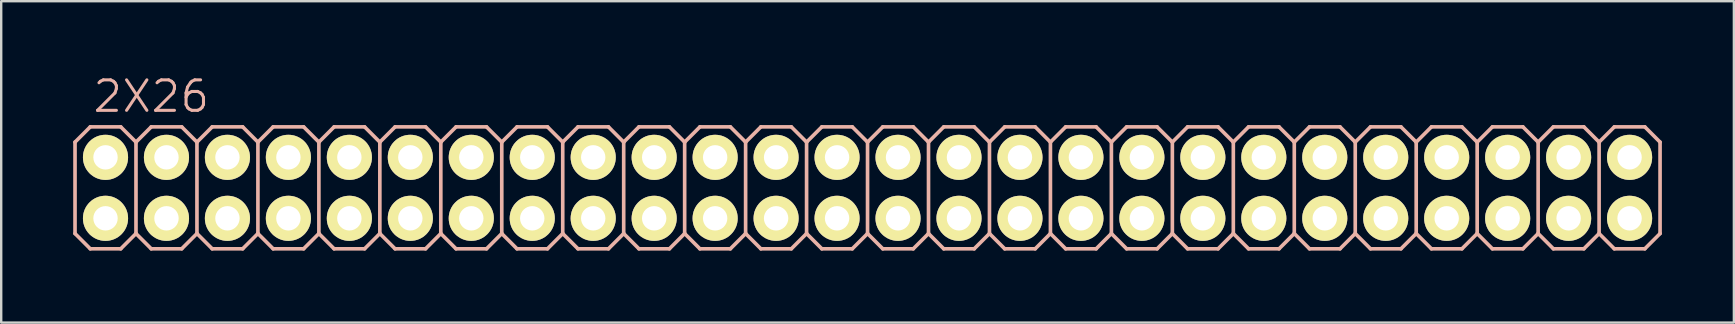
<source format=kicad_pcb>
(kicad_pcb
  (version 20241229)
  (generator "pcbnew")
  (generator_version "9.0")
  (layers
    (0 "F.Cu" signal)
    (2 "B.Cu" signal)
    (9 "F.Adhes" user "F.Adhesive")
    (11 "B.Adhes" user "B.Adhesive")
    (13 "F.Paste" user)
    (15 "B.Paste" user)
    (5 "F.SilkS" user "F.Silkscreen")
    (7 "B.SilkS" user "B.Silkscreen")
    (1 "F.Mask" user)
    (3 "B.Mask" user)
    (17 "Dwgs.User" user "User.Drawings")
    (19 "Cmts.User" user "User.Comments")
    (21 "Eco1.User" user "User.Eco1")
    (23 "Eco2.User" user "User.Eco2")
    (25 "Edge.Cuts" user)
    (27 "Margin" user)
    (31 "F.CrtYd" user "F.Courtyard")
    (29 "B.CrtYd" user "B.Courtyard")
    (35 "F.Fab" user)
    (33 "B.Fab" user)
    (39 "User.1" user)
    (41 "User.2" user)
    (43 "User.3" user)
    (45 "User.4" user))
  (footprint "2X26"
    (layer "F.Cu")
    (at 12.776 4.776)
    (property "Reference" "2X26" (at -9.525 -3.81 0) (layer "B.SilkS") (effects (font (size 1.27 1.27) (thickness 0.127))))
    (attr exclude_from_pos_files exclude_from_bom)
    (fp_line (start -11.684 -1.524) (end -11.176 -1.524) (stroke (width 0.066) (type solid)) (layer "F.SilkS"))
    (fp_line (start -11.684 -1.016) (end -11.684 -1.524) (stroke (width 0.066) (type solid)) (layer "F.SilkS"))
    (fp_line (start -11.684 -1.016) (end -11.176 -1.016) (stroke (width 0.066) (type solid)) (layer "F.SilkS"))
    (fp_line (start -11.684 1.016) (end -11.176 1.016) (stroke (width 0.066) (type solid)) (layer "F.SilkS"))
    (fp_line (start -11.684 1.524) (end -11.684 1.016) (stroke (width 0.066) (type solid)) (layer "F.SilkS"))
    (fp_line (start -11.684 1.524) (end -11.176 1.524) (stroke (width 0.066) (type solid)) (layer "F.SilkS"))
    (fp_line (start -11.176 -1.016) (end -11.176 -1.524) (stroke (width 0.066) (type solid)) (layer "F.SilkS"))
    (fp_line (start -11.176 1.524) (end -11.176 1.016) (stroke (width 0.066) (type solid)) (layer "F.SilkS"))
    (fp_line (start -9.144 -1.524) (end -8.636 -1.524) (stroke (width 0.066) (type solid)) (layer "F.SilkS"))
    (fp_line (start -9.144 -1.016) (end -9.144 -1.524) (stroke (width 0.066) (type solid)) (layer "F.SilkS"))
    (fp_line (start -9.144 -1.016) (end -8.636 -1.016) (stroke (width 0.066) (type solid)) (layer "F.SilkS"))
    (fp_line (start -9.144 1.016) (end -8.636 1.016) (stroke (width 0.066) (type solid)) (layer "F.SilkS"))
    (fp_line (start -9.144 1.524) (end -9.144 1.016) (stroke (width 0.066) (type solid)) (layer "F.SilkS"))
    (fp_line (start -9.144 1.524) (end -8.636 1.524) (stroke (width 0.066) (type solid)) (layer "F.SilkS"))
    (fp_line (start -8.636 -1.016) (end -8.636 -1.524) (stroke (width 0.066) (type solid)) (layer "F.SilkS"))
    (fp_line (start -8.636 1.524) (end -8.636 1.016) (stroke (width 0.066) (type solid)) (layer "F.SilkS"))
    (fp_line (start -6.604 -1.524) (end -6.096 -1.524) (stroke (width 0.066) (type solid)) (layer "F.SilkS"))
    (fp_line (start -6.604 -1.016) (end -6.604 -1.524) (stroke (width 0.066) (type solid)) (layer "F.SilkS"))
    (fp_line (start -6.604 -1.016) (end -6.096 -1.016) (stroke (width 0.066) (type solid)) (layer "F.SilkS"))
    (fp_line (start -6.604 1.016) (end -6.096 1.016) (stroke (width 0.066) (type solid)) (layer "F.SilkS"))
    (fp_line (start -6.604 1.524) (end -6.604 1.016) (stroke (width 0.066) (type solid)) (layer "F.SilkS"))
    (fp_line (start -6.604 1.524) (end -6.096 1.524) (stroke (width 0.066) (type solid)) (layer "F.SilkS"))
    (fp_line (start -6.096 -1.016) (end -6.096 -1.524) (stroke (width 0.066) (type solid)) (layer "F.SilkS"))
    (fp_line (start -6.096 1.524) (end -6.096 1.016) (stroke (width 0.066) (type solid)) (layer "F.SilkS"))
    (fp_line (start -4.064 -1.524) (end -3.556 -1.524) (stroke (width 0.066) (type solid)) (layer "F.SilkS"))
    (fp_line (start -4.064 -1.016) (end -4.064 -1.524) (stroke (width 0.066) (type solid)) (layer "F.SilkS"))
    (fp_line (start -4.064 -1.016) (end -3.556 -1.016) (stroke (width 0.066) (type solid)) (layer "F.SilkS"))
    (fp_line (start -4.064 1.016) (end -3.556 1.016) (stroke (width 0.066) (type solid)) (layer "F.SilkS"))
    (fp_line (start -4.064 1.524) (end -4.064 1.016) (stroke (width 0.066) (type solid)) (layer "F.SilkS"))
    (fp_line (start -4.064 1.524) (end -3.556 1.524) (stroke (width 0.066) (type solid)) (layer "F.SilkS"))
    (fp_line (start -3.556 -1.016) (end -3.556 -1.524) (stroke (width 0.066) (type solid)) (layer "F.SilkS"))
    (fp_line (start -3.556 1.524) (end -3.556 1.016) (stroke (width 0.066) (type solid)) (layer "F.SilkS"))
    (fp_line (start -1.524 -1.524) (end -1.016 -1.524) (stroke (width 0.066) (type solid)) (layer "F.SilkS"))
    (fp_line (start -1.524 -1.016) (end -1.524 -1.524) (stroke (width 0.066) (type solid)) (layer "F.SilkS"))
    (fp_line (start -1.524 -1.016) (end -1.016 -1.016) (stroke (width 0.066) (type solid)) (layer "F.SilkS"))
    (fp_line (start -1.524 1.016) (end -1.016 1.016) (stroke (width 0.066) (type solid)) (layer "F.SilkS"))
    (fp_line (start -1.524 1.524) (end -1.524 1.016) (stroke (width 0.066) (type solid)) (layer "F.SilkS"))
    (fp_line (start -1.524 1.524) (end -1.016 1.524) (stroke (width 0.066) (type solid)) (layer "F.SilkS"))
    (fp_line (start -1.016 -1.016) (end -1.016 -1.524) (stroke (width 0.066) (type solid)) (layer "F.SilkS"))
    (fp_line (start -1.016 1.524) (end -1.016 1.016) (stroke (width 0.066) (type solid)) (layer "F.SilkS"))
    (fp_line (start 1.016 -1.524) (end 1.524 -1.524) (stroke (width 0.066) (type solid)) (layer "F.SilkS"))
    (fp_line (start 1.016 -1.016) (end 1.016 -1.524) (stroke (width 0.066) (type solid)) (layer "F.SilkS"))
    (fp_line (start 1.016 -1.016) (end 1.524 -1.016) (stroke (width 0.066) (type solid)) (layer "F.SilkS"))
    (fp_line (start 1.016 1.016) (end 1.524 1.016) (stroke (width 0.066) (type solid)) (layer "F.SilkS"))
    (fp_line (start 1.016 1.524) (end 1.016 1.016) (stroke (width 0.066) (type solid)) (layer "F.SilkS"))
    (fp_line (start 1.016 1.524) (end 1.524 1.524) (stroke (width 0.066) (type solid)) (layer "F.SilkS"))
    (fp_line (start 1.524 -1.016) (end 1.524 -1.524) (stroke (width 0.066) (type solid)) (layer "F.SilkS"))
    (fp_line (start 1.524 1.524) (end 1.524 1.016) (stroke (width 0.066) (type solid)) (layer "F.SilkS"))
    (fp_line (start 3.556 -1.524) (end 4.064 -1.524) (stroke (width 0.066) (type solid)) (layer "F.SilkS"))
    (fp_line (start 3.556 -1.016) (end 3.556 -1.524) (stroke (width 0.066) (type solid)) (layer "F.SilkS"))
    (fp_line (start 3.556 -1.016) (end 4.064 -1.016) (stroke (width 0.066) (type solid)) (layer "F.SilkS"))
    (fp_line (start 3.556 1.016) (end 4.064 1.016) (stroke (width 0.066) (type solid)) (layer "F.SilkS"))
    (fp_line (start 3.556 1.524) (end 3.556 1.016) (stroke (width 0.066) (type solid)) (layer "F.SilkS"))
    (fp_line (start 3.556 1.524) (end 4.064 1.524) (stroke (width 0.066) (type solid)) (layer "F.SilkS"))
    (fp_line (start 4.064 -1.016) (end 4.064 -1.524) (stroke (width 0.066) (type solid)) (layer "F.SilkS"))
    (fp_line (start 4.064 1.524) (end 4.064 1.016) (stroke (width 0.066) (type solid)) (layer "F.SilkS"))
    (fp_line (start 6.096 -1.524) (end 6.604 -1.524) (stroke (width 0.066) (type solid)) (layer "F.SilkS"))
    (fp_line (start 6.096 -1.016) (end 6.096 -1.524) (stroke (width 0.066) (type solid)) (layer "F.SilkS"))
    (fp_line (start 6.096 -1.016) (end 6.604 -1.016) (stroke (width 0.066) (type solid)) (layer "F.SilkS"))
    (fp_line (start 6.096 1.016) (end 6.604 1.016) (stroke (width 0.066) (type solid)) (layer "F.SilkS"))
    (fp_line (start 6.096 1.524) (end 6.096 1.016) (stroke (width 0.066) (type solid)) (layer "F.SilkS"))
    (fp_line (start 6.096 1.524) (end 6.604 1.524) (stroke (width 0.066) (type solid)) (layer "F.SilkS"))
    (fp_line (start 6.604 -1.016) (end 6.604 -1.524) (stroke (width 0.066) (type solid)) (layer "F.SilkS"))
    (fp_line (start 6.604 1.524) (end 6.604 1.016) (stroke (width 0.066) (type solid)) (layer "F.SilkS"))
    (fp_line (start 8.636 -1.524) (end 9.144 -1.524) (stroke (width 0.066) (type solid)) (layer "F.SilkS"))
    (fp_line (start 8.636 -1.016) (end 8.636 -1.524) (stroke (width 0.066) (type solid)) (layer "F.SilkS"))
    (fp_line (start 8.636 -1.016) (end 9.144 -1.016) (stroke (width 0.066) (type solid)) (layer "F.SilkS"))
    (fp_line (start 8.636 1.016) (end 9.144 1.016) (stroke (width 0.066) (type solid)) (layer "F.SilkS"))
    (fp_line (start 8.636 1.524) (end 8.636 1.016) (stroke (width 0.066) (type solid)) (layer "F.SilkS"))
    (fp_line (start 8.636 1.524) (end 9.144 1.524) (stroke (width 0.066) (type solid)) (layer "F.SilkS"))
    (fp_line (start 9.144 -1.016) (end 9.144 -1.524) (stroke (width 0.066) (type solid)) (layer "F.SilkS"))
    (fp_line (start 9.144 1.524) (end 9.144 1.016) (stroke (width 0.066) (type solid)) (layer "F.SilkS"))
    (fp_line (start 11.176 -1.524) (end 11.684 -1.524) (stroke (width 0.066) (type solid)) (layer "F.SilkS"))
    (fp_line (start 11.176 -1.016) (end 11.176 -1.524) (stroke (width 0.066) (type solid)) (layer "F.SilkS"))
    (fp_line (start 11.176 -1.016) (end 11.684 -1.016) (stroke (width 0.066) (type solid)) (layer "F.SilkS"))
    (fp_line (start 11.176 1.016) (end 11.684 1.016) (stroke (width 0.066) (type solid)) (layer "F.SilkS"))
    (fp_line (start 11.176 1.524) (end 11.176 1.016) (stroke (width 0.066) (type solid)) (layer "F.SilkS"))
    (fp_line (start 11.176 1.524) (end 11.684 1.524) (stroke (width 0.066) (type solid)) (layer "F.SilkS"))
    (fp_line (start 11.684 -1.016) (end 11.684 -1.524) (stroke (width 0.066) (type solid)) (layer "F.SilkS"))
    (fp_line (start 11.684 1.524) (end 11.684 1.016) (stroke (width 0.066) (type solid)) (layer "F.SilkS"))
    (fp_line (start 13.716 -1.524) (end 14.224 -1.524) (stroke (width 0.066) (type solid)) (layer "F.SilkS"))
    (fp_line (start 13.716 -1.016) (end 13.716 -1.524) (stroke (width 0.066) (type solid)) (layer "F.SilkS"))
    (fp_line (start 13.716 -1.016) (end 14.224 -1.016) (stroke (width 0.066) (type solid)) (layer "F.SilkS"))
    (fp_line (start 13.716 1.016) (end 14.224 1.016) (stroke (width 0.066) (type solid)) (layer "F.SilkS"))
    (fp_line (start 13.716 1.524) (end 13.716 1.016) (stroke (width 0.066) (type solid)) (layer "F.SilkS"))
    (fp_line (start 13.716 1.524) (end 14.224 1.524) (stroke (width 0.066) (type solid)) (layer "F.SilkS"))
    (fp_line (start 14.224 -1.016) (end 14.224 -1.524) (stroke (width 0.066) (type solid)) (layer "F.SilkS"))
    (fp_line (start 14.224 1.524) (end 14.224 1.016) (stroke (width 0.066) (type solid)) (layer "F.SilkS"))
    (fp_line (start 16.256 -1.524) (end 16.764 -1.524) (stroke (width 0.066) (type solid)) (layer "F.SilkS"))
    (fp_line (start 16.256 -1.016) (end 16.256 -1.524) (stroke (width 0.066) (type solid)) (layer "F.SilkS"))
    (fp_line (start 16.256 -1.016) (end 16.764 -1.016) (stroke (width 0.066) (type solid)) (layer "F.SilkS"))
    (fp_line (start 16.256 1.016) (end 16.764 1.016) (stroke (width 0.066) (type solid)) (layer "F.SilkS"))
    (fp_line (start 16.256 1.524) (end 16.256 1.016) (stroke (width 0.066) (type solid)) (layer "F.SilkS"))
    (fp_line (start 16.256 1.524) (end 16.764 1.524) (stroke (width 0.066) (type solid)) (layer "F.SilkS"))
    (fp_line (start 16.764 -1.016) (end 16.764 -1.524) (stroke (width 0.066) (type solid)) (layer "F.SilkS"))
    (fp_line (start 16.764 1.524) (end 16.764 1.016) (stroke (width 0.066) (type solid)) (layer "F.SilkS"))
    (fp_line (start 18.796 -1.524) (end 19.304 -1.524) (stroke (width 0.066) (type solid)) (layer "F.SilkS"))
    (fp_line (start 18.796 -1.016) (end 18.796 -1.524) (stroke (width 0.066) (type solid)) (layer "F.SilkS"))
    (fp_line (start 18.796 -1.016) (end 19.304 -1.016) (stroke (width 0.066) (type solid)) (layer "F.SilkS"))
    (fp_line (start 18.796 1.016) (end 19.304 1.016) (stroke (width 0.066) (type solid)) (layer "F.SilkS"))
    (fp_line (start 18.796 1.524) (end 18.796 1.016) (stroke (width 0.066) (type solid)) (layer "F.SilkS"))
    (fp_line (start 18.796 1.524) (end 19.304 1.524) (stroke (width 0.066) (type solid)) (layer "F.SilkS"))
    (fp_line (start 19.304 -1.016) (end 19.304 -1.524) (stroke (width 0.066) (type solid)) (layer "F.SilkS"))
    (fp_line (start 19.304 1.524) (end 19.304 1.016) (stroke (width 0.066) (type solid)) (layer "F.SilkS"))
    (fp_line (start 21.336 -1.524) (end 21.844 -1.524) (stroke (width 0.066) (type solid)) (layer "F.SilkS"))
    (fp_line (start 21.336 -1.016) (end 21.336 -1.524) (stroke (width 0.066) (type solid)) (layer "F.SilkS"))
    (fp_line (start 21.336 -1.016) (end 21.844 -1.016) (stroke (width 0.066) (type solid)) (layer "F.SilkS"))
    (fp_line (start 21.336 1.016) (end 21.844 1.016) (stroke (width 0.066) (type solid)) (layer "F.SilkS"))
    (fp_line (start 21.336 1.524) (end 21.336 1.016) (stroke (width 0.066) (type solid)) (layer "F.SilkS"))
    (fp_line (start 21.336 1.524) (end 21.844 1.524) (stroke (width 0.066) (type solid)) (layer "F.SilkS"))
    (fp_line (start 21.844 -1.016) (end 21.844 -1.524) (stroke (width 0.066) (type solid)) (layer "F.SilkS"))
    (fp_line (start 21.844 1.524) (end 21.844 1.016) (stroke (width 0.066) (type solid)) (layer "F.SilkS"))
    (fp_line (start 23.876 -1.524) (end 24.384 -1.524) (stroke (width 0.066) (type solid)) (layer "F.SilkS"))
    (fp_line (start 23.876 -1.016) (end 23.876 -1.524) (stroke (width 0.066) (type solid)) (layer "F.SilkS"))
    (fp_line (start 23.876 -1.016) (end 24.384 -1.016) (stroke (width 0.066) (type solid)) (layer "F.SilkS"))
    (fp_line (start 23.876 1.016) (end 24.384 1.016) (stroke (width 0.066) (type solid)) (layer "F.SilkS"))
    (fp_line (start 23.876 1.524) (end 23.876 1.016) (stroke (width 0.066) (type solid)) (layer "F.SilkS"))
    (fp_line (start 23.876 1.524) (end 24.384 1.524) (stroke (width 0.066) (type solid)) (layer "F.SilkS"))
    (fp_line (start 24.384 -1.016) (end 24.384 -1.524) (stroke (width 0.066) (type solid)) (layer "F.SilkS"))
    (fp_line (start 24.384 1.524) (end 24.384 1.016) (stroke (width 0.066) (type solid)) (layer "F.SilkS"))
    (fp_line (start 26.416 -1.524) (end 26.924 -1.524) (stroke (width 0.066) (type solid)) (layer "F.SilkS"))
    (fp_line (start 26.416 -1.016) (end 26.416 -1.524) (stroke (width 0.066) (type solid)) (layer "F.SilkS"))
    (fp_line (start 26.416 -1.016) (end 26.924 -1.016) (stroke (width 0.066) (type solid)) (layer "F.SilkS"))
    (fp_line (start 26.416 1.016) (end 26.924 1.016) (stroke (width 0.066) (type solid)) (layer "F.SilkS"))
    (fp_line (start 26.416 1.524) (end 26.416 1.016) (stroke (width 0.066) (type solid)) (layer "F.SilkS"))
    (fp_line (start 26.416 1.524) (end 26.924 1.524) (stroke (width 0.066) (type solid)) (layer "F.SilkS"))
    (fp_line (start 26.924 -1.016) (end 26.924 -1.524) (stroke (width 0.066) (type solid)) (layer "F.SilkS"))
    (fp_line (start 26.924 1.524) (end 26.924 1.016) (stroke (width 0.066) (type solid)) (layer "F.SilkS"))
    (fp_line (start 28.953 -1.524) (end 29.464 -1.524) (stroke (width 0.066) (type solid)) (layer "F.SilkS"))
    (fp_line (start 28.953 -1.016) (end 28.953 -1.524) (stroke (width 0.066) (type solid)) (layer "F.SilkS"))
    (fp_line (start 28.953 -1.016) (end 29.464 -1.016) (stroke (width 0.066) (type solid)) (layer "F.SilkS"))
    (fp_line (start 28.953 1.016) (end 29.464 1.016) (stroke (width 0.066) (type solid)) (layer "F.SilkS"))
    (fp_line (start 28.953 1.524) (end 28.953 1.016) (stroke (width 0.066) (type solid)) (layer "F.SilkS"))
    (fp_line (start 28.953 1.524) (end 29.464 1.524) (stroke (width 0.066) (type solid)) (layer "F.SilkS"))
    (fp_line (start 29.464 -1.016) (end 29.464 -1.524) (stroke (width 0.066) (type solid)) (layer "F.SilkS"))
    (fp_line (start 29.464 1.524) (end 29.464 1.016) (stroke (width 0.066) (type solid)) (layer "F.SilkS"))
    (fp_line (start 31.496 -1.524) (end 32.004 -1.524) (stroke (width 0.066) (type solid)) (layer "F.SilkS"))
    (fp_line (start 31.496 -1.016) (end 31.496 -1.524) (stroke (width 0.066) (type solid)) (layer "F.SilkS"))
    (fp_line (start 31.496 -1.016) (end 32.004 -1.016) (stroke (width 0.066) (type solid)) (layer "F.SilkS"))
    (fp_line (start 31.496 1.016) (end 32.004 1.016) (stroke (width 0.066) (type solid)) (layer "F.SilkS"))
    (fp_line (start 31.496 1.524) (end 31.496 1.016) (stroke (width 0.066) (type solid)) (layer "F.SilkS"))
    (fp_line (start 31.496 1.524) (end 32.004 1.524) (stroke (width 0.066) (type solid)) (layer "F.SilkS"))
    (fp_line (start 32.004 -1.016) (end 32.004 -1.524) (stroke (width 0.066) (type solid)) (layer "F.SilkS"))
    (fp_line (start 32.004 1.524) (end 32.004 1.016) (stroke (width 0.066) (type solid)) (layer "F.SilkS"))
    (fp_line (start 34.036 -1.524) (end 34.544 -1.524) (stroke (width 0.066) (type solid)) (layer "F.SilkS"))
    (fp_line (start 34.036 -1.016) (end 34.036 -1.524) (stroke (width 0.066) (type solid)) (layer "F.SilkS"))
    (fp_line (start 34.036 -1.016) (end 34.544 -1.016) (stroke (width 0.066) (type solid)) (layer "F.SilkS"))
    (fp_line (start 34.036 1.016) (end 34.544 1.016) (stroke (width 0.066) (type solid)) (layer "F.SilkS"))
    (fp_line (start 34.036 1.524) (end 34.036 1.016) (stroke (width 0.066) (type solid)) (layer "F.SilkS"))
    (fp_line (start 34.036 1.524) (end 34.544 1.524) (stroke (width 0.066) (type solid)) (layer "F.SilkS"))
    (fp_line (start 34.544 -1.016) (end 34.544 -1.524) (stroke (width 0.066) (type solid)) (layer "F.SilkS"))
    (fp_line (start 34.544 1.524) (end 34.544 1.016) (stroke (width 0.066) (type solid)) (layer "F.SilkS"))
    (fp_line (start 36.576 -1.524) (end 37.084 -1.524) (stroke (width 0.066) (type solid)) (layer "F.SilkS"))
    (fp_line (start 36.576 -1.016) (end 36.576 -1.524) (stroke (width 0.066) (type solid)) (layer "F.SilkS"))
    (fp_line (start 36.576 -1.016) (end 37.084 -1.016) (stroke (width 0.066) (type solid)) (layer "F.SilkS"))
    (fp_line (start 36.576 1.016) (end 37.084 1.016) (stroke (width 0.066) (type solid)) (layer "F.SilkS"))
    (fp_line (start 36.576 1.524) (end 36.576 1.016) (stroke (width 0.066) (type solid)) (layer "F.SilkS"))
    (fp_line (start 36.576 1.524) (end 37.084 1.524) (stroke (width 0.066) (type solid)) (layer "F.SilkS"))
    (fp_line (start 37.084 -1.016) (end 37.084 -1.524) (stroke (width 0.066) (type solid)) (layer "F.SilkS"))
    (fp_line (start 37.084 1.524) (end 37.084 1.016) (stroke (width 0.066) (type solid)) (layer "F.SilkS"))
    (fp_line (start 39.116 -1.524) (end 39.624 -1.524) (stroke (width 0.066) (type solid)) (layer "F.SilkS"))
    (fp_line (start 39.116 -1.016) (end 39.116 -1.524) (stroke (width 0.066) (type solid)) (layer "F.SilkS"))
    (fp_line (start 39.116 -1.016) (end 39.624 -1.016) (stroke (width 0.066) (type solid)) (layer "F.SilkS"))
    (fp_line (start 39.116 1.016) (end 39.624 1.016) (stroke (width 0.066) (type solid)) (layer "F.SilkS"))
    (fp_line (start 39.116 1.524) (end 39.116 1.016) (stroke (width 0.066) (type solid)) (layer "F.SilkS"))
    (fp_line (start 39.116 1.524) (end 39.624 1.524) (stroke (width 0.066) (type solid)) (layer "F.SilkS"))
    (fp_line (start 39.624 -1.016) (end 39.624 -1.524) (stroke (width 0.066) (type solid)) (layer "F.SilkS"))
    (fp_line (start 39.624 1.524) (end 39.624 1.016) (stroke (width 0.066) (type solid)) (layer "F.SilkS"))
    (fp_line (start 41.656 -1.524) (end 42.164 -1.524) (stroke (width 0.066) (type solid)) (layer "F.SilkS"))
    (fp_line (start 41.656 -1.016) (end 41.656 -1.524) (stroke (width 0.066) (type solid)) (layer "F.SilkS"))
    (fp_line (start 41.656 -1.016) (end 42.164 -1.016) (stroke (width 0.066) (type solid)) (layer "F.SilkS"))
    (fp_line (start 41.656 1.016) (end 42.164 1.016) (stroke (width 0.066) (type solid)) (layer "F.SilkS"))
    (fp_line (start 41.656 1.524) (end 41.656 1.016) (stroke (width 0.066) (type solid)) (layer "F.SilkS"))
    (fp_line (start 41.656 1.524) (end 42.164 1.524) (stroke (width 0.066) (type solid)) (layer "F.SilkS"))
    (fp_line (start 42.164 -1.016) (end 42.164 -1.524) (stroke (width 0.066) (type solid)) (layer "F.SilkS"))
    (fp_line (start 42.164 1.524) (end 42.164 1.016) (stroke (width 0.066) (type solid)) (layer "F.SilkS"))
    (fp_line (start 44.196 -1.524) (end 44.704 -1.524) (stroke (width 0.066) (type solid)) (layer "F.SilkS"))
    (fp_line (start 44.196 -1.016) (end 44.196 -1.524) (stroke (width 0.066) (type solid)) (layer "F.SilkS"))
    (fp_line (start 44.196 -1.016) (end 44.704 -1.016) (stroke (width 0.066) (type solid)) (layer "F.SilkS"))
    (fp_line (start 44.196 1.016) (end 44.704 1.016) (stroke (width 0.066) (type solid)) (layer "F.SilkS"))
    (fp_line (start 44.196 1.524) (end 44.196 1.016) (stroke (width 0.066) (type solid)) (layer "F.SilkS"))
    (fp_line (start 44.196 1.524) (end 44.704 1.524) (stroke (width 0.066) (type solid)) (layer "F.SilkS"))
    (fp_line (start 44.704 -1.016) (end 44.704 -1.524) (stroke (width 0.066) (type solid)) (layer "F.SilkS"))
    (fp_line (start 44.704 1.524) (end 44.704 1.016) (stroke (width 0.066) (type solid)) (layer "F.SilkS"))
    (fp_line (start 46.736 -1.524) (end 47.244 -1.524) (stroke (width 0.066) (type solid)) (layer "F.SilkS"))
    (fp_line (start 46.736 -1.016) (end 46.736 -1.524) (stroke (width 0.066) (type solid)) (layer "F.SilkS"))
    (fp_line (start 46.736 -1.016) (end 47.244 -1.016) (stroke (width 0.066) (type solid)) (layer "F.SilkS"))
    (fp_line (start 46.736 1.016) (end 47.244 1.016) (stroke (width 0.066) (type solid)) (layer "F.SilkS"))
    (fp_line (start 46.736 1.524) (end 46.736 1.016) (stroke (width 0.066) (type solid)) (layer "F.SilkS"))
    (fp_line (start 46.736 1.524) (end 47.244 1.524) (stroke (width 0.066) (type solid)) (layer "F.SilkS"))
    (fp_line (start 47.244 -1.016) (end 47.244 -1.524) (stroke (width 0.066) (type solid)) (layer "F.SilkS"))
    (fp_line (start 47.244 1.524) (end 47.244 1.016) (stroke (width 0.066) (type solid)) (layer "F.SilkS"))
    (fp_line (start 49.276 -1.524) (end 49.784 -1.524) (stroke (width 0.066) (type solid)) (layer "F.SilkS"))
    (fp_line (start 49.276 -1.016) (end 49.276 -1.524) (stroke (width 0.066) (type solid)) (layer "F.SilkS"))
    (fp_line (start 49.276 -1.016) (end 49.784 -1.016) (stroke (width 0.066) (type solid)) (layer "F.SilkS"))
    (fp_line (start 49.276 1.016) (end 49.784 1.016) (stroke (width 0.066) (type solid)) (layer "F.SilkS"))
    (fp_line (start 49.276 1.524) (end 49.276 1.016) (stroke (width 0.066) (type solid)) (layer "F.SilkS"))
    (fp_line (start 49.276 1.524) (end 49.784 1.524) (stroke (width 0.066) (type solid)) (layer "F.SilkS"))
    (fp_line (start 49.784 -1.016) (end 49.784 -1.524) (stroke (width 0.066) (type solid)) (layer "F.SilkS"))
    (fp_line (start 49.784 1.524) (end 49.784 1.016) (stroke (width 0.066) (type solid)) (layer "F.SilkS"))
    (fp_line (start 51.816 -1.524) (end 52.324 -1.524) (stroke (width 0.066) (type solid)) (layer "F.SilkS"))
    (fp_line (start 51.816 -1.016) (end 51.816 -1.524) (stroke (width 0.066) (type solid)) (layer "F.SilkS"))
    (fp_line (start 51.816 -1.016) (end 52.324 -1.016) (stroke (width 0.066) (type solid)) (layer "F.SilkS"))
    (fp_line (start 51.816 1.016) (end 52.324 1.016) (stroke (width 0.066) (type solid)) (layer "F.SilkS"))
    (fp_line (start 51.816 1.524) (end 51.816 1.016) (stroke (width 0.066) (type solid)) (layer "F.SilkS"))
    (fp_line (start 51.816 1.524) (end 52.324 1.524) (stroke (width 0.066) (type solid)) (layer "F.SilkS"))
    (fp_line (start 52.324 -1.016) (end 52.324 -1.524) (stroke (width 0.066) (type solid)) (layer "F.SilkS"))
    (fp_line (start 52.324 1.524) (end 52.324 1.016) (stroke (width 0.066) (type solid)) (layer "F.SilkS"))
    (fp_line (start -12.7 -1.905) (end -12.065 -2.54) (stroke (width 0.152) (type solid)) (layer "B.SilkS"))
    (fp_line (start -12.7 1.905) (end -12.7 -1.905) (stroke (width 0.152) (type solid)) (layer "B.SilkS"))
    (fp_line (start -12.7 1.905) (end -12.065 2.54) (stroke (width 0.152) (type solid)) (layer "B.SilkS"))
    (fp_line (start -12.065 -2.54) (end -10.795 -2.54) (stroke (width 0.152) (type solid)) (layer "B.SilkS"))
    (fp_line (start -12.065 2.54) (end -10.795 2.54) (stroke (width 0.152) (type solid)) (layer "B.SilkS"))
    (fp_line (start -10.795 -2.54) (end -10.16 -1.905) (stroke (width 0.152) (type solid)) (layer "B.SilkS"))
    (fp_line (start -10.795 2.54) (end -10.16 1.905) (stroke (width 0.152) (type solid)) (layer "B.SilkS"))
    (fp_line (start -10.16 -1.905) (end -10.16 1.905) (stroke (width 0.152) (type solid)) (layer "B.SilkS"))
    (fp_line (start -10.16 -1.905) (end -9.525 -2.54) (stroke (width 0.152) (type solid)) (layer "B.SilkS"))
    (fp_line (start -10.16 1.905) (end -9.525 2.54) (stroke (width 0.152) (type solid)) (layer "B.SilkS"))
    (fp_line (start -9.525 -2.54) (end -8.255 -2.54) (stroke (width 0.152) (type solid)) (layer "B.SilkS"))
    (fp_line (start -9.525 2.54) (end -8.255 2.54) (stroke (width 0.152) (type solid)) (layer "B.SilkS"))
    (fp_line (start -8.255 -2.54) (end -7.62 -1.905) (stroke (width 0.152) (type solid)) (layer "B.SilkS"))
    (fp_line (start -8.255 2.54) (end -7.62 1.905) (stroke (width 0.152) (type solid)) (layer "B.SilkS"))
    (fp_line (start -7.62 -1.905) (end -7.62 1.905) (stroke (width 0.152) (type solid)) (layer "B.SilkS"))
    (fp_line (start -7.62 -1.905) (end -6.985 -2.54) (stroke (width 0.152) (type solid)) (layer "B.SilkS"))
    (fp_line (start -7.62 1.905) (end -6.985 2.54) (stroke (width 0.152) (type solid)) (layer "B.SilkS"))
    (fp_line (start -6.985 -2.54) (end -5.715 -2.54) (stroke (width 0.152) (type solid)) (layer "B.SilkS"))
    (fp_line (start -6.985 2.54) (end -5.715 2.54) (stroke (width 0.152) (type solid)) (layer "B.SilkS"))
    (fp_line (start -5.715 -2.54) (end -5.08 -1.905) (stroke (width 0.152) (type solid)) (layer "B.SilkS"))
    (fp_line (start -5.715 2.54) (end -5.08 1.905) (stroke (width 0.152) (type solid)) (layer "B.SilkS"))
    (fp_line (start -5.08 -1.905) (end -5.08 1.905) (stroke (width 0.152) (type solid)) (layer "B.SilkS"))
    (fp_line (start -5.08 -1.905) (end -4.445 -2.54) (stroke (width 0.152) (type solid)) (layer "B.SilkS"))
    (fp_line (start -5.08 1.905) (end -4.445 2.54) (stroke (width 0.152) (type solid)) (layer "B.SilkS"))
    (fp_line (start -4.445 -2.54) (end -3.175 -2.54) (stroke (width 0.152) (type solid)) (layer "B.SilkS"))
    (fp_line (start -4.445 2.54) (end -3.175 2.54) (stroke (width 0.152) (type solid)) (layer "B.SilkS"))
    (fp_line (start -3.175 -2.54) (end -2.54 -1.905) (stroke (width 0.152) (type solid)) (layer "B.SilkS"))
    (fp_line (start -3.175 2.54) (end -2.54 1.905) (stroke (width 0.152) (type solid)) (layer "B.SilkS"))
    (fp_line (start -2.54 -1.905) (end -2.54 1.905) (stroke (width 0.152) (type solid)) (layer "B.SilkS"))
    (fp_line (start -2.54 -1.905) (end -1.905 -2.54) (stroke (width 0.152) (type solid)) (layer "B.SilkS"))
    (fp_line (start -2.54 1.905) (end -1.905 2.54) (stroke (width 0.152) (type solid)) (layer "B.SilkS"))
    (fp_line (start -1.905 -2.54) (end -0.635 -2.54) (stroke (width 0.152) (type solid)) (layer "B.SilkS"))
    (fp_line (start -1.905 2.54) (end -0.635 2.54) (stroke (width 0.152) (type solid)) (layer "B.SilkS"))
    (fp_line (start -0.635 -2.54) (end 0 -1.905) (stroke (width 0.152) (type solid)) (layer "B.SilkS"))
    (fp_line (start -0.635 2.54) (end 0 1.905) (stroke (width 0.152) (type solid)) (layer "B.SilkS"))
    (fp_line (start 0 -1.905) (end 0 1.905) (stroke (width 0.152) (type solid)) (layer "B.SilkS"))
    (fp_line (start 0 -1.905) (end 0.635 -2.54) (stroke (width 0.152) (type solid)) (layer "B.SilkS"))
    (fp_line (start 0 1.905) (end 0.635 2.54) (stroke (width 0.152) (type solid)) (layer "B.SilkS"))
    (fp_line (start 0.635 -2.54) (end 1.905 -2.54) (stroke (width 0.152) (type solid)) (layer "B.SilkS"))
    (fp_line (start 0.635 2.54) (end 1.905 2.54) (stroke (width 0.152) (type solid)) (layer "B.SilkS"))
    (fp_line (start 1.905 -2.54) (end 2.54 -1.905) (stroke (width 0.152) (type solid)) (layer "B.SilkS"))
    (fp_line (start 1.905 2.54) (end 2.54 1.905) (stroke (width 0.152) (type solid)) (layer "B.SilkS"))
    (fp_line (start 2.54 -1.905) (end 2.54 1.905) (stroke (width 0.152) (type solid)) (layer "B.SilkS"))
    (fp_line (start 2.54 -1.905) (end 3.175 -2.54) (stroke (width 0.152) (type solid)) (layer "B.SilkS"))
    (fp_line (start 2.54 1.905) (end 3.175 2.54) (stroke (width 0.152) (type solid)) (layer "B.SilkS"))
    (fp_line (start 3.175 -2.54) (end 4.445 -2.54) (stroke (width 0.152) (type solid)) (layer "B.SilkS"))
    (fp_line (start 3.175 2.54) (end 4.445 2.54) (stroke (width 0.152) (type solid)) (layer "B.SilkS"))
    (fp_line (start 4.445 -2.54) (end 5.08 -1.905) (stroke (width 0.152) (type solid)) (layer "B.SilkS"))
    (fp_line (start 5.08 -1.905) (end 5.08 1.905) (stroke (width 0.152) (type solid)) (layer "B.SilkS"))
    (fp_line (start 5.08 -1.905) (end 5.715 -2.54) (stroke (width 0.152) (type solid)) (layer "B.SilkS"))
    (fp_line (start 5.08 1.905) (end 4.445 2.54) (stroke (width 0.152) (type solid)) (layer "B.SilkS"))
    (fp_line (start 5.08 1.905) (end 5.715 2.54) (stroke (width 0.152) (type solid)) (layer "B.SilkS"))
    (fp_line (start 5.715 -2.54) (end 6.985 -2.54) (stroke (width 0.152) (type solid)) (layer "B.SilkS"))
    (fp_line (start 5.715 2.54) (end 6.985 2.54) (stroke (width 0.152) (type solid)) (layer "B.SilkS"))
    (fp_line (start 6.985 -2.54) (end 7.62 -1.905) (stroke (width 0.152) (type solid)) (layer "B.SilkS"))
    (fp_line (start 7.62 -1.905) (end 7.62 1.905) (stroke (width 0.152) (type solid)) (layer "B.SilkS"))
    (fp_line (start 7.62 -1.905) (end 8.255 -2.54) (stroke (width 0.152) (type solid)) (layer "B.SilkS"))
    (fp_line (start 7.62 1.905) (end 6.985 2.54) (stroke (width 0.152) (type solid)) (layer "B.SilkS"))
    (fp_line (start 7.62 1.905) (end 8.255 2.54) (stroke (width 0.152) (type solid)) (layer "B.SilkS"))
    (fp_line (start 8.255 -2.54) (end 9.525 -2.54) (stroke (width 0.152) (type solid)) (layer "B.SilkS"))
    (fp_line (start 8.255 2.54) (end 9.525 2.54) (stroke (width 0.152) (type solid)) (layer "B.SilkS"))
    (fp_line (start 9.525 -2.54) (end 10.16 -1.905) (stroke (width 0.152) (type solid)) (layer "B.SilkS"))
    (fp_line (start 10.16 -1.905) (end 10.16 1.905) (stroke (width 0.152) (type solid)) (layer "B.SilkS"))
    (fp_line (start 10.16 -1.905) (end 10.795 -2.54) (stroke (width 0.152) (type solid)) (layer "B.SilkS"))
    (fp_line (start 10.16 1.905) (end 9.525 2.54) (stroke (width 0.152) (type solid)) (layer "B.SilkS"))
    (fp_line (start 10.16 1.905) (end 10.795 2.54) (stroke (width 0.152) (type solid)) (layer "B.SilkS"))
    (fp_line (start 10.795 -2.54) (end 12.065 -2.54) (stroke (width 0.152) (type solid)) (layer "B.SilkS"))
    (fp_line (start 10.795 2.54) (end 12.065 2.54) (stroke (width 0.152) (type solid)) (layer "B.SilkS"))
    (fp_line (start 12.065 -2.54) (end 12.7 -1.905) (stroke (width 0.152) (type solid)) (layer "B.SilkS"))
    (fp_line (start 12.7 -1.905) (end 13.335 -2.54) (stroke (width 0.152) (type solid)) (layer "B.SilkS"))
    (fp_line (start 12.7 1.905) (end 12.065 2.54) (stroke (width 0.152) (type solid)) (layer "B.SilkS"))
    (fp_line (start 12.7 1.905) (end 12.7 -1.905) (stroke (width 0.152) (type solid)) (layer "B.SilkS"))
    (fp_line (start 12.7 1.905) (end 13.335 2.54) (stroke (width 0.152) (type solid)) (layer "B.SilkS"))
    (fp_line (start 13.335 -2.54) (end 14.605 -2.54) (stroke (width 0.152) (type solid)) (layer "B.SilkS"))
    (fp_line (start 13.335 2.54) (end 14.605 2.54) (stroke (width 0.152) (type solid)) (layer "B.SilkS"))
    (fp_line (start 14.605 -2.54) (end 15.24 -1.905) (stroke (width 0.152) (type solid)) (layer "B.SilkS"))
    (fp_line (start 14.605 2.54) (end 15.24 1.905) (stroke (width 0.152) (type solid)) (layer "B.SilkS"))
    (fp_line (start 15.24 -1.905) (end 15.24 1.905) (stroke (width 0.152) (type solid)) (layer "B.SilkS"))
    (fp_line (start 15.24 -1.905) (end 15.875 -2.54) (stroke (width 0.152) (type solid)) (layer "B.SilkS"))
    (fp_line (start 15.24 1.905) (end 15.875 2.54) (stroke (width 0.152) (type solid)) (layer "B.SilkS"))
    (fp_line (start 15.875 -2.54) (end 17.145 -2.54) (stroke (width 0.152) (type solid)) (layer "B.SilkS"))
    (fp_line (start 15.875 2.54) (end 17.145 2.54) (stroke (width 0.152) (type solid)) (layer "B.SilkS"))
    (fp_line (start 17.145 -2.54) (end 17.78 -1.905) (stroke (width 0.152) (type solid)) (layer "B.SilkS"))
    (fp_line (start 17.145 2.54) (end 17.78 1.905) (stroke (width 0.152) (type solid)) (layer "B.SilkS"))
    (fp_line (start 17.78 -1.905) (end 17.78 1.905) (stroke (width 0.152) (type solid)) (layer "B.SilkS"))
    (fp_line (start 17.78 -1.905) (end 18.415 -2.54) (stroke (width 0.152) (type solid)) (layer "B.SilkS"))
    (fp_line (start 17.78 1.905) (end 18.415 2.54) (stroke (width 0.152) (type solid)) (layer "B.SilkS"))
    (fp_line (start 18.415 -2.54) (end 19.685 -2.54) (stroke (width 0.152) (type solid)) (layer "B.SilkS"))
    (fp_line (start 18.415 2.54) (end 19.685 2.54) (stroke (width 0.152) (type solid)) (layer "B.SilkS"))
    (fp_line (start 19.685 -2.54) (end 20.32 -1.905) (stroke (width 0.152) (type solid)) (layer "B.SilkS"))
    (fp_line (start 19.685 2.54) (end 20.32 1.905) (stroke (width 0.152) (type solid)) (layer "B.SilkS"))
    (fp_line (start 20.32 -1.905) (end 20.32 1.905) (stroke (width 0.152) (type solid)) (layer "B.SilkS"))
    (fp_line (start 20.32 -1.905) (end 20.955 -2.54) (stroke (width 0.152) (type solid)) (layer "B.SilkS"))
    (fp_line (start 20.32 1.905) (end 20.955 2.54) (stroke (width 0.152) (type solid)) (layer "B.SilkS"))
    (fp_line (start 20.955 -2.54) (end 22.225 -2.54) (stroke (width 0.152) (type solid)) (layer "B.SilkS"))
    (fp_line (start 20.955 2.54) (end 22.225 2.54) (stroke (width 0.152) (type solid)) (layer "B.SilkS"))
    (fp_line (start 22.225 -2.54) (end 22.86 -1.905) (stroke (width 0.152) (type solid)) (layer "B.SilkS"))
    (fp_line (start 22.225 2.54) (end 22.86 1.905) (stroke (width 0.152) (type solid)) (layer "B.SilkS"))
    (fp_line (start 22.86 -1.905) (end 22.86 1.905) (stroke (width 0.152) (type solid)) (layer "B.SilkS"))
    (fp_line (start 22.86 -1.905) (end 23.495 -2.54) (stroke (width 0.152) (type solid)) (layer "B.SilkS"))
    (fp_line (start 22.86 1.905) (end 23.495 2.54) (stroke (width 0.152) (type solid)) (layer "B.SilkS"))
    (fp_line (start 23.495 -2.54) (end 24.765 -2.54) (stroke (width 0.152) (type solid)) (layer "B.SilkS"))
    (fp_line (start 23.495 2.54) (end 24.765 2.54) (stroke (width 0.152) (type solid)) (layer "B.SilkS"))
    (fp_line (start 24.765 -2.54) (end 25.4 -1.905) (stroke (width 0.152) (type solid)) (layer "B.SilkS"))
    (fp_line (start 24.765 2.54) (end 25.4 1.905) (stroke (width 0.152) (type solid)) (layer "B.SilkS"))
    (fp_line (start 25.4 -1.905) (end 25.4 1.905) (stroke (width 0.152) (type solid)) (layer "B.SilkS"))
    (fp_line (start 25.4 -1.905) (end 26.035 -2.54) (stroke (width 0.152) (type solid)) (layer "B.SilkS"))
    (fp_line (start 25.4 1.905) (end 26.035 2.54) (stroke (width 0.152) (type solid)) (layer "B.SilkS"))
    (fp_line (start 26.035 -2.54) (end 27.305 -2.54) (stroke (width 0.152) (type solid)) (layer "B.SilkS"))
    (fp_line (start 26.035 2.54) (end 27.305 2.54) (stroke (width 0.152) (type solid)) (layer "B.SilkS"))
    (fp_line (start 27.305 -2.54) (end 27.94 -1.905) (stroke (width 0.152) (type solid)) (layer "B.SilkS"))
    (fp_line (start 27.305 2.54) (end 27.94 1.905) (stroke (width 0.152) (type solid)) (layer "B.SilkS"))
    (fp_line (start 27.94 -1.905) (end 27.94 1.905) (stroke (width 0.152) (type solid)) (layer "B.SilkS"))
    (fp_line (start 27.94 -1.905) (end 28.575 -2.54) (stroke (width 0.152) (type solid)) (layer "B.SilkS"))
    (fp_line (start 27.94 1.905) (end 28.575 2.54) (stroke (width 0.152) (type solid)) (layer "B.SilkS"))
    (fp_line (start 28.575 -2.54) (end 29.845 -2.54) (stroke (width 0.152) (type solid)) (layer "B.SilkS"))
    (fp_line (start 28.575 2.54) (end 29.845 2.54) (stroke (width 0.152) (type solid)) (layer "B.SilkS"))
    (fp_line (start 29.845 -2.54) (end 30.48 -1.905) (stroke (width 0.152) (type solid)) (layer "B.SilkS"))
    (fp_line (start 30.48 -1.905) (end 30.48 1.905) (stroke (width 0.152) (type solid)) (layer "B.SilkS"))
    (fp_line (start 30.48 -1.905) (end 31.115 -2.54) (stroke (width 0.152) (type solid)) (layer "B.SilkS"))
    (fp_line (start 30.48 1.905) (end 29.845 2.54) (stroke (width 0.152) (type solid)) (layer "B.SilkS"))
    (fp_line (start 30.48 1.905) (end 31.115 2.54) (stroke (width 0.152) (type solid)) (layer "B.SilkS"))
    (fp_line (start 31.115 -2.54) (end 32.385 -2.54) (stroke (width 0.152) (type solid)) (layer "B.SilkS"))
    (fp_line (start 31.115 2.54) (end 32.385 2.54) (stroke (width 0.152) (type solid)) (layer "B.SilkS"))
    (fp_line (start 32.385 -2.54) (end 33.02 -1.905) (stroke (width 0.152) (type solid)) (layer "B.SilkS"))
    (fp_line (start 33.02 -1.905) (end 33.02 1.905) (stroke (width 0.152) (type solid)) (layer "B.SilkS"))
    (fp_line (start 33.02 -1.905) (end 33.655 -2.54) (stroke (width 0.152) (type solid)) (layer "B.SilkS"))
    (fp_line (start 33.02 1.905) (end 32.385 2.54) (stroke (width 0.152) (type solid)) (layer "B.SilkS"))
    (fp_line (start 33.02 1.905) (end 33.655 2.54) (stroke (width 0.152) (type solid)) (layer "B.SilkS"))
    (fp_line (start 33.655 -2.54) (end 34.925 -2.54) (stroke (width 0.152) (type solid)) (layer "B.SilkS"))
    (fp_line (start 33.655 2.54) (end 34.925 2.54) (stroke (width 0.152) (type solid)) (layer "B.SilkS"))
    (fp_line (start 34.925 -2.54) (end 35.56 -1.905) (stroke (width 0.152) (type solid)) (layer "B.SilkS"))
    (fp_line (start 35.56 -1.905) (end 35.56 1.905) (stroke (width 0.152) (type solid)) (layer "B.SilkS"))
    (fp_line (start 35.56 -1.905) (end 36.195 -2.54) (stroke (width 0.152) (type solid)) (layer "B.SilkS"))
    (fp_line (start 35.56 1.905) (end 34.925 2.54) (stroke (width 0.152) (type solid)) (layer "B.SilkS"))
    (fp_line (start 35.56 1.905) (end 36.195 2.54) (stroke (width 0.152) (type solid)) (layer "B.SilkS"))
    (fp_line (start 36.195 -2.54) (end 37.465 -2.54) (stroke (width 0.152) (type solid)) (layer "B.SilkS"))
    (fp_line (start 36.195 2.54) (end 37.465 2.54) (stroke (width 0.152) (type solid)) (layer "B.SilkS"))
    (fp_line (start 37.465 -2.54) (end 38.1 -1.905) (stroke (width 0.152) (type solid)) (layer "B.SilkS"))
    (fp_line (start 37.465 2.54) (end 38.1 1.905) (stroke (width 0.152) (type solid)) (layer "B.SilkS"))
    (fp_line (start 38.1 -1.905) (end 38.1 1.905) (stroke (width 0.152) (type solid)) (layer "B.SilkS"))
    (fp_line (start 38.1 -1.905) (end 38.735 -2.54) (stroke (width 0.152) (type solid)) (layer "B.SilkS"))
    (fp_line (start 38.1 1.905) (end 38.735 2.54) (stroke (width 0.152) (type solid)) (layer "B.SilkS"))
    (fp_line (start 38.735 -2.54) (end 40.005 -2.54) (stroke (width 0.152) (type solid)) (layer "B.SilkS"))
    (fp_line (start 38.735 2.54) (end 40.005 2.54) (stroke (width 0.152) (type solid)) (layer "B.SilkS"))
    (fp_line (start 40.005 -2.54) (end 40.64 -1.905) (stroke (width 0.152) (type solid)) (layer "B.SilkS"))
    (fp_line (start 40.005 2.54) (end 40.64 1.905) (stroke (width 0.152) (type solid)) (layer "B.SilkS"))
    (fp_line (start 40.64 -1.905) (end 40.64 1.905) (stroke (width 0.152) (type solid)) (layer "B.SilkS"))
    (fp_line (start 40.64 -1.905) (end 41.275 -2.54) (stroke (width 0.152) (type solid)) (layer "B.SilkS"))
    (fp_line (start 40.64 1.905) (end 41.275 2.54) (stroke (width 0.152) (type solid)) (layer "B.SilkS"))
    (fp_line (start 41.275 -2.54) (end 42.545 -2.54) (stroke (width 0.152) (type solid)) (layer "B.SilkS"))
    (fp_line (start 41.275 2.54) (end 42.545 2.54) (stroke (width 0.152) (type solid)) (layer "B.SilkS"))
    (fp_line (start 42.545 -2.54) (end 43.18 -1.905) (stroke (width 0.152) (type solid)) (layer "B.SilkS"))
    (fp_line (start 42.545 2.54) (end 43.18 1.905) (stroke (width 0.152) (type solid)) (layer "B.SilkS"))
    (fp_line (start 43.18 -1.905) (end 43.18 1.905) (stroke (width 0.152) (type solid)) (layer "B.SilkS"))
    (fp_line (start 43.18 -1.905) (end 43.815 -2.54) (stroke (width 0.152) (type solid)) (layer "B.SilkS"))
    (fp_line (start 43.18 1.905) (end 43.815 2.54) (stroke (width 0.152) (type solid)) (layer "B.SilkS"))
    (fp_line (start 43.815 -2.54) (end 45.085 -2.54) (stroke (width 0.152) (type solid)) (layer "B.SilkS"))
    (fp_line (start 43.815 2.54) (end 45.085 2.54) (stroke (width 0.152) (type solid)) (layer "B.SilkS"))
    (fp_line (start 45.085 -2.54) (end 45.72 -1.905) (stroke (width 0.152) (type solid)) (layer "B.SilkS"))
    (fp_line (start 45.72 -1.905) (end 45.72 1.905) (stroke (width 0.152) (type solid)) (layer "B.SilkS"))
    (fp_line (start 45.72 -1.905) (end 46.355 -2.54) (stroke (width 0.152) (type solid)) (layer "B.SilkS"))
    (fp_line (start 45.72 1.905) (end 45.085 2.54) (stroke (width 0.152) (type solid)) (layer "B.SilkS"))
    (fp_line (start 45.72 1.905) (end 46.355 2.54) (stroke (width 0.152) (type solid)) (layer "B.SilkS"))
    (fp_line (start 46.355 -2.54) (end 47.625 -2.54) (stroke (width 0.152) (type solid)) (layer "B.SilkS"))
    (fp_line (start 46.355 2.54) (end 47.625 2.54) (stroke (width 0.152) (type solid)) (layer "B.SilkS"))
    (fp_line (start 47.625 -2.54) (end 48.26 -1.905) (stroke (width 0.152) (type solid)) (layer "B.SilkS"))
    (fp_line (start 48.26 -1.905) (end 48.26 1.905) (stroke (width 0.152) (type solid)) (layer "B.SilkS"))
    (fp_line (start 48.26 -1.905) (end 48.895 -2.54) (stroke (width 0.152) (type solid)) (layer "B.SilkS"))
    (fp_line (start 48.26 1.905) (end 47.625 2.54) (stroke (width 0.152) (type solid)) (layer "B.SilkS"))
    (fp_line (start 48.26 1.905) (end 48.895 2.54) (stroke (width 0.152) (type solid)) (layer "B.SilkS"))
    (fp_line (start 48.895 -2.54) (end 50.165 -2.54) (stroke (width 0.152) (type solid)) (layer "B.SilkS"))
    (fp_line (start 48.895 2.54) (end 50.165 2.54) (stroke (width 0.152) (type solid)) (layer "B.SilkS"))
    (fp_line (start 50.165 -2.54) (end 50.8 -1.905) (stroke (width 0.152) (type solid)) (layer "B.SilkS"))
    (fp_line (start 50.8 -1.905) (end 50.8 1.905) (stroke (width 0.152) (type solid)) (layer "B.SilkS"))
    (fp_line (start 50.8 -1.905) (end 51.435 -2.54) (stroke (width 0.152) (type solid)) (layer "B.SilkS"))
    (fp_line (start 50.8 1.905) (end 50.165 2.54) (stroke (width 0.152) (type solid)) (layer "B.SilkS"))
    (fp_line (start 50.8 1.905) (end 51.435 2.54) (stroke (width 0.152) (type solid)) (layer "B.SilkS"))
    (fp_line (start 51.435 -2.54) (end 52.705 -2.54) (stroke (width 0.152) (type solid)) (layer "B.SilkS"))
    (fp_line (start 51.435 2.54) (end 52.705 2.54) (stroke (width 0.152) (type solid)) (layer "B.SilkS"))
    (fp_line (start 52.705 -2.54) (end 53.34 -1.905) (stroke (width 0.152) (type solid)) (layer "B.SilkS"))
    (fp_line (start 53.34 -1.905) (end 53.34 1.905) (stroke (width 0.152) (type solid)) (layer "B.SilkS"))
    (fp_line (start 53.34 1.905) (end 52.705 2.54) (stroke (width 0.152) (type solid)) (layer "B.SilkS"))
    (pad "1" thru_hole circle (at -11.43 1.27) (size 1.88 1.88) (drill 1.016) (layers "*.Cu" "F.Mask" "F.SilkS" "F.Paste"))
    (pad "2" thru_hole circle (at -11.43 -1.27) (size 1.88 1.88) (drill 1.016) (layers "*.Cu" "F.Mask" "F.SilkS" "F.Paste"))
    (pad "3" thru_hole circle (at -8.89 1.27) (size 1.88 1.88) (drill 1.016) (layers "*.Cu" "F.Mask" "F.SilkS" "F.Paste"))
    (pad "4" thru_hole circle (at -8.89 -1.27) (size 1.88 1.88) (drill 1.016) (layers "*.Cu" "F.Mask" "F.SilkS" "F.Paste"))
    (pad "5" thru_hole circle (at -6.35 1.27) (size 1.88 1.88) (drill 1.016) (layers "*.Cu" "F.Mask" "F.SilkS" "F.Paste"))
    (pad "6" thru_hole circle (at -6.35 -1.27) (size 1.88 1.88) (drill 1.016) (layers "*.Cu" "F.Mask" "F.SilkS" "F.Paste"))
    (pad "7" thru_hole circle (at -3.81 1.27) (size 1.88 1.88) (drill 1.016) (layers "*.Cu" "F.Mask" "F.SilkS" "F.Paste"))
    (pad "8" thru_hole circle (at -3.81 -1.27) (size 1.88 1.88) (drill 1.016) (layers "*.Cu" "F.Mask" "F.SilkS" "F.Paste"))
    (pad "9" thru_hole circle (at -1.27 1.27) (size 1.88 1.88) (drill 1.016) (layers "*.Cu" "F.Mask" "F.SilkS" "F.Paste"))
    (pad "10" thru_hole circle (at -1.27 -1.27) (size 1.88 1.88) (drill 1.016) (layers "*.Cu" "F.Mask" "F.SilkS" "F.Paste"))
    (pad "11" thru_hole circle (at 1.27 1.27) (size 1.88 1.88) (drill 1.016) (layers "*.Cu" "F.Mask" "F.SilkS" "F.Paste"))
    (pad "12" thru_hole circle (at 1.27 -1.27) (size 1.88 1.88) (drill 1.016) (layers "*.Cu" "F.Mask" "F.SilkS" "F.Paste"))
    (pad "13" thru_hole circle (at 3.81 1.27) (size 1.88 1.88) (drill 1.016) (layers "*.Cu" "F.Mask" "F.SilkS" "F.Paste"))
    (pad "14" thru_hole circle (at 3.81 -1.27) (size 1.88 1.88) (drill 1.016) (layers "*.Cu" "F.Mask" "F.SilkS" "F.Paste"))
    (pad "15" thru_hole circle (at 6.35 1.27) (size 1.88 1.88) (drill 1.016) (layers "*.Cu" "F.Mask" "F.SilkS" "F.Paste"))
    (pad "16" thru_hole circle (at 6.35 -1.27) (size 1.88 1.88) (drill 1.016) (layers "*.Cu" "F.Mask" "F.SilkS" "F.Paste"))
    (pad "17" thru_hole circle (at 8.89 1.27) (size 1.88 1.88) (drill 1.016) (layers "*.Cu" "F.Mask" "F.SilkS" "F.Paste"))
    (pad "18" thru_hole circle (at 8.89 -1.27) (size 1.88 1.88) (drill 1.016) (layers "*.Cu" "F.Mask" "F.SilkS" "F.Paste"))
    (pad "19" thru_hole circle (at 11.43 1.27) (size 1.88 1.88) (drill 1.016) (layers "*.Cu" "F.Mask" "F.SilkS" "F.Paste"))
    (pad "20" thru_hole circle (at 11.43 -1.27) (size 1.88 1.88) (drill 1.016) (layers "*.Cu" "F.Mask" "F.SilkS" "F.Paste"))
    (pad "21" thru_hole circle (at 13.97 1.27) (size 1.88 1.88) (drill 1.016) (layers "*.Cu" "F.Mask" "F.SilkS" "F.Paste"))
    (pad "22" thru_hole circle (at 13.97 -1.27) (size 1.88 1.88) (drill 1.016) (layers "*.Cu" "F.Mask" "F.SilkS" "F.Paste"))
    (pad "23" thru_hole circle (at 16.51 1.27) (size 1.88 1.88) (drill 1.016) (layers "*.Cu" "F.Mask" "F.SilkS" "F.Paste"))
    (pad "24" thru_hole circle (at 16.51 -1.27) (size 1.88 1.88) (drill 1.016) (layers "*.Cu" "F.Mask" "F.SilkS" "F.Paste"))
    (pad "25" thru_hole circle (at 19.05 1.27) (size 1.88 1.88) (drill 1.016) (layers "*.Cu" "F.Mask" "F.SilkS" "F.Paste"))
    (pad "26" thru_hole circle (at 19.05 -1.27) (size 1.88 1.88) (drill 1.016) (layers "*.Cu" "F.Mask" "F.SilkS" "F.Paste"))
    (pad "27" thru_hole circle (at 21.59 1.27) (size 1.88 1.88) (drill 1.016) (layers "*.Cu" "F.Mask" "F.SilkS" "F.Paste"))
    (pad "28" thru_hole circle (at 21.59 -1.27) (size 1.88 1.88) (drill 1.016) (layers "*.Cu" "F.Mask" "F.SilkS" "F.Paste"))
    (pad "29" thru_hole circle (at 24.13 1.27) (size 1.88 1.88) (drill 1.016) (layers "*.Cu" "F.Mask" "F.SilkS" "F.Paste"))
    (pad "30" thru_hole circle (at 24.13 -1.27) (size 1.88 1.88) (drill 1.016) (layers "*.Cu" "F.Mask" "F.SilkS" "F.Paste"))
    (pad "31" thru_hole circle (at 26.67 1.27) (size 1.88 1.88) (drill 1.016) (layers "*.Cu" "F.Mask" "F.SilkS" "F.Paste"))
    (pad "32" thru_hole circle (at 26.67 -1.27) (size 1.88 1.88) (drill 1.016) (layers "*.Cu" "F.Mask" "F.SilkS" "F.Paste"))
    (pad "33" thru_hole circle (at 29.21 1.27) (size 1.88 1.88) (drill 1.016) (layers "*.Cu" "F.Mask" "F.SilkS" "F.Paste"))
    (pad "34" thru_hole circle (at 29.21 -1.27) (size 1.88 1.88) (drill 1.016) (layers "*.Cu" "F.Mask" "F.SilkS" "F.Paste"))
    (pad "35" thru_hole circle (at 31.75 1.27) (size 1.88 1.88) (drill 1.016) (layers "*.Cu" "F.Mask" "F.SilkS" "F.Paste"))
    (pad "36" thru_hole circle (at 31.75 -1.27) (size 1.88 1.88) (drill 1.016) (layers "*.Cu" "F.Mask" "F.SilkS" "F.Paste"))
    (pad "37" thru_hole circle (at 34.29 1.27) (size 1.88 1.88) (drill 1.016) (layers "*.Cu" "F.Mask" "F.SilkS" "F.Paste"))
    (pad "38" thru_hole circle (at 34.29 -1.27) (size 1.88 1.88) (drill 1.016) (layers "*.Cu" "F.Mask" "F.SilkS" "F.Paste"))
    (pad "39" thru_hole circle (at 36.83 1.27) (size 1.88 1.88) (drill 1.016) (layers "*.Cu" "F.Mask" "F.SilkS" "F.Paste"))
    (pad "40" thru_hole circle (at 36.83 -1.27) (size 1.88 1.88) (drill 1.016) (layers "*.Cu" "F.Mask" "F.SilkS" "F.Paste"))
    (pad "41" thru_hole circle (at 39.37 1.27) (size 1.88 1.88) (drill 1.016) (layers "*.Cu" "F.Mask" "F.SilkS" "F.Paste"))
    (pad "42" thru_hole circle (at 39.37 -1.27) (size 1.88 1.88) (drill 1.016) (layers "*.Cu" "F.Mask" "F.SilkS" "F.Paste"))
    (pad "43" thru_hole circle (at 41.91 1.27) (size 1.88 1.88) (drill 1.016) (layers "*.Cu" "F.Mask" "F.SilkS" "F.Paste"))
    (pad "44" thru_hole circle (at 41.91 -1.27) (size 1.88 1.88) (drill 1.016) (layers "*.Cu" "F.Mask" "F.SilkS" "F.Paste"))
    (pad "45" thru_hole circle (at 44.45 1.27) (size 1.88 1.88) (drill 1.016) (layers "*.Cu" "F.Mask" "F.SilkS" "F.Paste"))
    (pad "46" thru_hole circle (at 44.45 -1.27) (size 1.88 1.88) (drill 1.016) (layers "*.Cu" "F.Mask" "F.SilkS" "F.Paste"))
    (pad "47" thru_hole circle (at 46.99 1.27) (size 1.88 1.88) (drill 1.016) (layers "*.Cu" "F.Mask" "F.SilkS" "F.Paste"))
    (pad "48" thru_hole circle (at 46.99 -1.27) (size 1.88 1.88) (drill 1.016) (layers "*.Cu" "F.Mask" "F.SilkS" "F.Paste"))
    (pad "49" thru_hole circle (at 49.53 1.27) (size 1.88 1.88) (drill 1.016) (layers "*.Cu" "F.Mask" "F.SilkS" "F.Paste"))
    (pad "50" thru_hole circle (at 49.53 -1.27) (size 1.88 1.88) (drill 1.016) (layers "*.Cu" "F.Mask" "F.SilkS" "F.Paste"))
    (pad "51" thru_hole circle (at 52.07 1.27) (size 1.88 1.88) (drill 1.016) (layers "*.Cu" "F.Mask" "F.SilkS" "F.Paste"))
    (pad "52" thru_hole circle (at 52.07 -1.27) (size 1.88 1.88) (drill 1.016) (layers "*.Cu" "F.Mask" "F.SilkS" "F.Paste")))
  (gr_rect
    (start -3 -3)
    (end 69.192 10.392)
    (stroke (width 0.1) (type default))
    (fill no)
    (layer "Edge.Cuts")))
</source>
